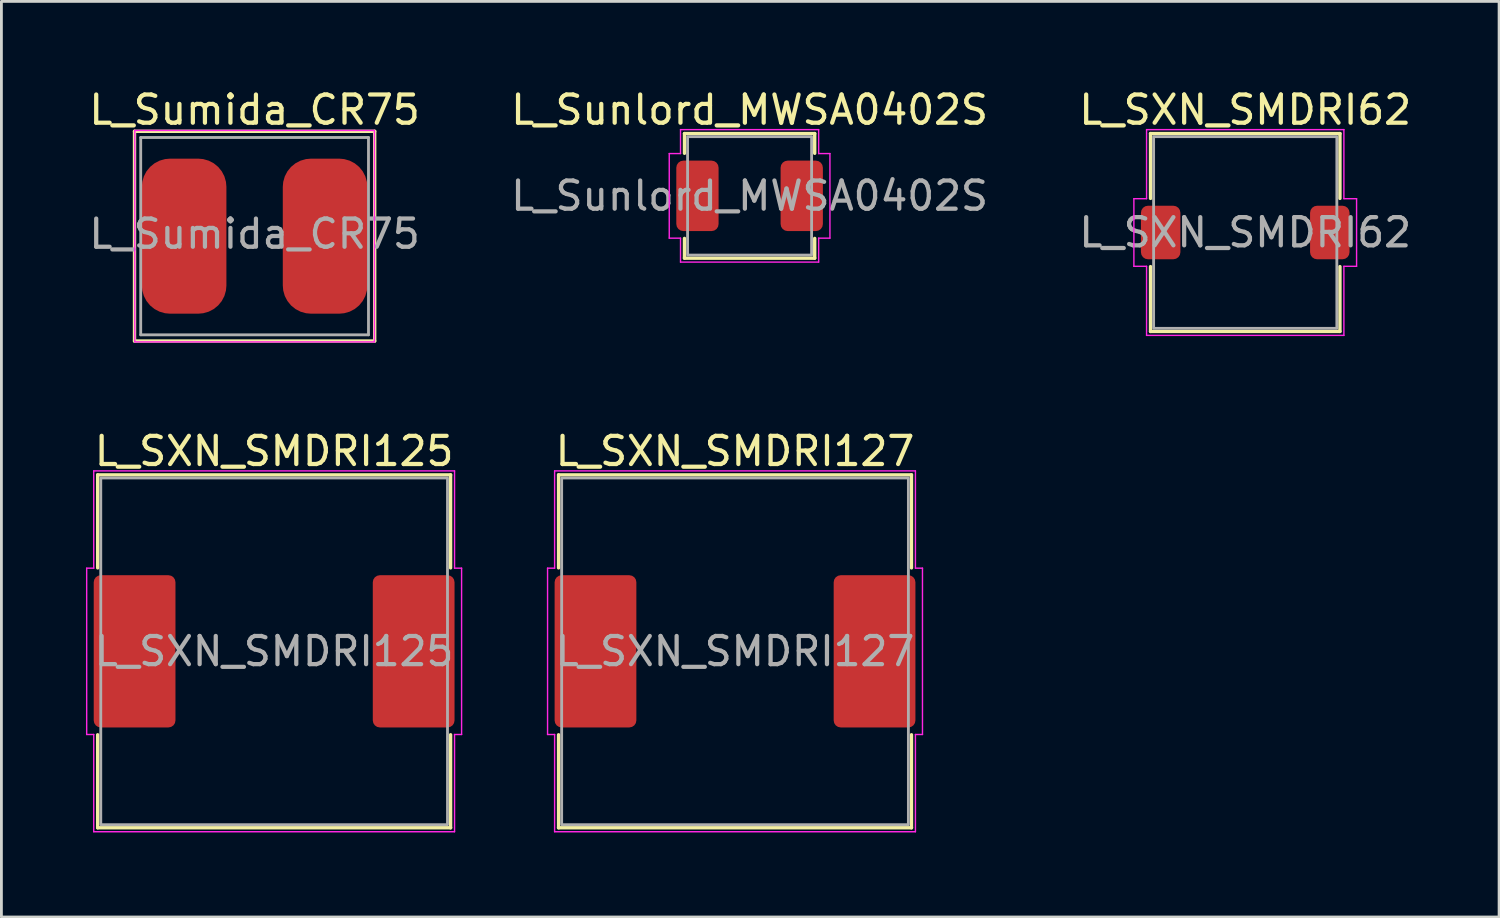
<source format=kicad_pcb>
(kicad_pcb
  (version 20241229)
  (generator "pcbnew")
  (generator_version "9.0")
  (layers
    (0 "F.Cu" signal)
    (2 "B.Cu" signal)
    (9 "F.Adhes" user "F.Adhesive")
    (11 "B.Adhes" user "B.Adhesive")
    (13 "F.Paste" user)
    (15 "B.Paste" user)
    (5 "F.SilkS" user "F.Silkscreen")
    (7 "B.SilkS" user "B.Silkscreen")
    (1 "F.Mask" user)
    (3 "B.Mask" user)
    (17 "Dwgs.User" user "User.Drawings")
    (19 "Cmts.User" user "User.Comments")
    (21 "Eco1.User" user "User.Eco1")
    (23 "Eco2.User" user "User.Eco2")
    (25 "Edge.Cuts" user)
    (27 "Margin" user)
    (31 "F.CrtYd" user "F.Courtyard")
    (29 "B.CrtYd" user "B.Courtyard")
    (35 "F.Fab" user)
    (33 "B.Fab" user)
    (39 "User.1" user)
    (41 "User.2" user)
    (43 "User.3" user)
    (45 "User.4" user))
  (footprint "L_Sumida_CR75"
    (layer "F.Cu")
    (at 5.982 5.328)
    (property "Reference" "L_Sumida_CR75" (at 0 -4.48 180) (layer "F.SilkS") (effects (font (size 1 1) (thickness 0.15))))
    (attr smd)
    (fp_line (start -4.26 -3.72) (end 4.26 -3.72) (stroke (width 0.12) (type solid)) (layer "F.SilkS"))
    (fp_line (start -4.26 3.72) (end -4.26 -3.72) (stroke (width 0.12) (type solid)) (layer "F.SilkS"))
    (fp_line (start 4.26 -3.72) (end 4.26 3.72) (stroke (width 0.12) (type solid)) (layer "F.SilkS"))
    (fp_line (start 4.26 3.72) (end -4.26 3.72) (stroke (width 0.12) (type solid)) (layer "F.SilkS"))
    (fp_line (start -4.25 -3.75) (end -4.25 3.75) (stroke (width 0.05) (type solid)) (layer "F.CrtYd"))
    (fp_line (start -4.25 3.75) (end 4.25 3.75) (stroke (width 0.05) (type solid)) (layer "F.CrtYd"))
    (fp_line (start 4.25 -3.75) (end -4.25 -3.75) (stroke (width 0.05) (type solid)) (layer "F.CrtYd"))
    (fp_line (start 4.25 3.75) (end 4.25 -3.75) (stroke (width 0.05) (type solid)) (layer "F.CrtYd"))
    (fp_line (start -4.04 -3.5) (end -4.04 3.5) (stroke (width 0.1) (type solid)) (layer "F.Fab"))
    (fp_line (start -4.04 3.5) (end 4.04 3.5) (stroke (width 0.1) (type solid)) (layer "F.Fab"))
    (fp_line (start 4.04 -3.5) (end -4.04 -3.5) (stroke (width 0.1) (type solid)) (layer "F.Fab"))
    (fp_line (start 4.04 3.5) (end 4.04 -3.5) (stroke (width 0.1) (type solid)) (layer "F.Fab"))
    (fp_text user "${REFERENCE}" (at 0 -0.08 0) (layer "F.Fab") (effects (font (size 1 1) (thickness 0.15))))
    (pad "1" smd roundrect (at -2.5 0) (size 3 5.5) (layers "F.Cu" "F.Mask" "F.Paste") (roundrect_rratio 0.333))
    (pad "2" smd roundrect (at 2.5 0) (size 3 5.5) (layers "F.Cu" "F.Mask" "F.Paste") (roundrect_rratio 0.333)))
  (footprint "L_SXN_SMDRI127"
    (layer "F.Cu")
    (at 23.025 20.056)
    (property "Reference" "L_SXN_SMDRI127" (at 0 -7.1 0) (layer "F.SilkS") (effects (font (size 1 1) (thickness 0.15))))
    (attr smd)
    (fp_line (start -6.26 -6.26) (end 6.26 -6.26) (stroke (width 0.12) (type solid)) (layer "F.SilkS"))
    (fp_line (start -6.26 -2.96) (end -6.26 -6.26) (stroke (width 0.12) (type solid)) (layer "F.SilkS"))
    (fp_line (start -6.26 6.26) (end -6.26 2.96) (stroke (width 0.12) (type solid)) (layer "F.SilkS"))
    (fp_line (start 6.26 -6.26) (end 6.26 -2.96) (stroke (width 0.12) (type solid)) (layer "F.SilkS"))
    (fp_line (start 6.26 2.96) (end 6.26 6.26) (stroke (width 0.12) (type solid)) (layer "F.SilkS"))
    (fp_line (start 6.26 6.26) (end -6.26 6.26) (stroke (width 0.12) (type solid)) (layer "F.SilkS"))
    (fp_line (start -6.65 -2.95) (end -6.4 -2.95) (stroke (width 0.05) (type solid)) (layer "F.CrtYd"))
    (fp_line (start -6.65 2.95) (end -6.65 -2.95) (stroke (width 0.05) (type solid)) (layer "F.CrtYd"))
    (fp_line (start -6.4 -6.4) (end 6.4 -6.4) (stroke (width 0.05) (type solid)) (layer "F.CrtYd"))
    (fp_line (start -6.4 -2.95) (end -6.4 -6.4) (stroke (width 0.05) (type solid)) (layer "F.CrtYd"))
    (fp_line (start -6.4 2.95) (end -6.65 2.95) (stroke (width 0.05) (type solid)) (layer "F.CrtYd"))
    (fp_line (start -6.4 6.4) (end -6.4 2.95) (stroke (width 0.05) (type solid)) (layer "F.CrtYd"))
    (fp_line (start 6.4 -6.4) (end 6.4 -2.95) (stroke (width 0.05) (type solid)) (layer "F.CrtYd"))
    (fp_line (start 6.4 -2.95) (end 6.65 -2.95) (stroke (width 0.05) (type solid)) (layer "F.CrtYd"))
    (fp_line (start 6.4 2.95) (end 6.4 6.4) (stroke (width 0.05) (type solid)) (layer "F.CrtYd"))
    (fp_line (start 6.4 6.4) (end -6.4 6.4) (stroke (width 0.05) (type solid)) (layer "F.CrtYd"))
    (fp_line (start 6.65 -2.95) (end 6.65 2.95) (stroke (width 0.05) (type solid)) (layer "F.CrtYd"))
    (fp_line (start 6.65 2.95) (end 6.4 2.95) (stroke (width 0.05) (type solid)) (layer "F.CrtYd"))
    (fp_rect (start -6.15 -6.15) (end 6.15 6.15) (stroke (width 0.1) (type solid)) (fill no) (layer "F.Fab"))
    (fp_text user "${REFERENCE}" (at 0 0 0) (layer "F.Fab") (effects (font (size 1 1) (thickness 0.15))))
    (pad "1" smd roundrect (at -4.95 0) (size 2.9 5.4) (layers "F.Cu" "F.Mask" "F.Paste") (roundrect_rratio 0.086))
    (pad "2" smd roundrect (at 4.95 0) (size 2.9 5.4) (layers "F.Cu" "F.Mask" "F.Paste") (roundrect_rratio 0.086)))
  (footprint "L_Sunlord_MWSA0402S"
    (layer "F.Cu")
    (at 23.542 3.898)
    (property "Reference" "L_Sunlord_MWSA0402S" (at 0 -3.05 0) (layer "F.SilkS") (effects (font (size 1 1) (thickness 0.15))))
    (attr smd)
    (fp_line (start -2.31 -2.21) (end 2.31 -2.21) (stroke (width 0.12) (type solid)) (layer "F.SilkS"))
    (fp_line (start -2.31 -1.51) (end -2.31 -2.21) (stroke (width 0.12) (type solid)) (layer "F.SilkS"))
    (fp_line (start -2.31 2.21) (end -2.31 1.51) (stroke (width 0.12) (type solid)) (layer "F.SilkS"))
    (fp_line (start 2.31 -2.21) (end 2.31 -1.51) (stroke (width 0.12) (type solid)) (layer "F.SilkS"))
    (fp_line (start 2.31 1.51) (end 2.31 2.21) (stroke (width 0.12) (type solid)) (layer "F.SilkS"))
    (fp_line (start 2.31 2.21) (end -2.31 2.21) (stroke (width 0.12) (type solid)) (layer "F.SilkS"))
    (fp_line (start -2.85 -1.5) (end -2.45 -1.5) (stroke (width 0.05) (type solid)) (layer "F.CrtYd"))
    (fp_line (start -2.85 1.5) (end -2.85 -1.5) (stroke (width 0.05) (type solid)) (layer "F.CrtYd"))
    (fp_line (start -2.45 -2.35) (end 2.45 -2.35) (stroke (width 0.05) (type solid)) (layer "F.CrtYd"))
    (fp_line (start -2.45 -1.5) (end -2.45 -2.35) (stroke (width 0.05) (type solid)) (layer "F.CrtYd"))
    (fp_line (start -2.45 1.5) (end -2.85 1.5) (stroke (width 0.05) (type solid)) (layer "F.CrtYd"))
    (fp_line (start -2.45 2.35) (end -2.45 1.5) (stroke (width 0.05) (type solid)) (layer "F.CrtYd"))
    (fp_line (start 2.45 -2.35) (end 2.45 -1.5) (stroke (width 0.05) (type solid)) (layer "F.CrtYd"))
    (fp_line (start 2.45 -1.5) (end 2.85 -1.5) (stroke (width 0.05) (type solid)) (layer "F.CrtYd"))
    (fp_line (start 2.45 1.5) (end 2.45 2.35) (stroke (width 0.05) (type solid)) (layer "F.CrtYd"))
    (fp_line (start 2.45 2.35) (end -2.45 2.35) (stroke (width 0.05) (type solid)) (layer "F.CrtYd"))
    (fp_line (start 2.85 -1.5) (end 2.85 1.5) (stroke (width 0.05) (type solid)) (layer "F.CrtYd"))
    (fp_line (start 2.85 1.5) (end 2.45 1.5) (stroke (width 0.05) (type solid)) (layer "F.CrtYd"))
    (fp_rect (start -2.2 -2.1) (end 2.2 2.1) (stroke (width 0.1) (type solid)) (fill no) (layer "F.Fab"))
    (fp_text user "${REFERENCE}" (at 0 0 0) (layer "F.Fab") (effects (font (size 1 1) (thickness 0.15))))
    (pad "1" smd roundrect (at -1.85 0) (size 1.5 2.5) (layers "F.Cu" "F.Mask" "F.Paste") (roundrect_rratio 0.167))
    (pad "2" smd roundrect (at 1.85 0) (size 1.5 2.5) (layers "F.Cu" "F.Mask" "F.Paste") (roundrect_rratio 0.167)))
  (footprint "L_SXN_SMDRI125"
    (layer "F.Cu")
    (at 6.675 20.056)
    (property "Reference" "L_SXN_SMDRI125" (at 0 -7.1 0) (layer "F.SilkS") (effects (font (size 1 1) (thickness 0.15))))
    (attr smd)
    (fp_line (start -6.26 -6.26) (end 6.26 -6.26) (stroke (width 0.12) (type solid)) (layer "F.SilkS"))
    (fp_line (start -6.26 -2.96) (end -6.26 -6.26) (stroke (width 0.12) (type solid)) (layer "F.SilkS"))
    (fp_line (start -6.26 6.26) (end -6.26 2.96) (stroke (width 0.12) (type solid)) (layer "F.SilkS"))
    (fp_line (start 6.26 -6.26) (end 6.26 -2.96) (stroke (width 0.12) (type solid)) (layer "F.SilkS"))
    (fp_line (start 6.26 2.96) (end 6.26 6.26) (stroke (width 0.12) (type solid)) (layer "F.SilkS"))
    (fp_line (start 6.26 6.26) (end -6.26 6.26) (stroke (width 0.12) (type solid)) (layer "F.SilkS"))
    (fp_line (start -6.65 -2.95) (end -6.4 -2.95) (stroke (width 0.05) (type solid)) (layer "F.CrtYd"))
    (fp_line (start -6.65 2.95) (end -6.65 -2.95) (stroke (width 0.05) (type solid)) (layer "F.CrtYd"))
    (fp_line (start -6.4 -6.4) (end 6.4 -6.4) (stroke (width 0.05) (type solid)) (layer "F.CrtYd"))
    (fp_line (start -6.4 -2.95) (end -6.4 -6.4) (stroke (width 0.05) (type solid)) (layer "F.CrtYd"))
    (fp_line (start -6.4 2.95) (end -6.65 2.95) (stroke (width 0.05) (type solid)) (layer "F.CrtYd"))
    (fp_line (start -6.4 6.4) (end -6.4 2.95) (stroke (width 0.05) (type solid)) (layer "F.CrtYd"))
    (fp_line (start 6.4 -6.4) (end 6.4 -2.95) (stroke (width 0.05) (type solid)) (layer "F.CrtYd"))
    (fp_line (start 6.4 -2.95) (end 6.65 -2.95) (stroke (width 0.05) (type solid)) (layer "F.CrtYd"))
    (fp_line (start 6.4 2.95) (end 6.4 6.4) (stroke (width 0.05) (type solid)) (layer "F.CrtYd"))
    (fp_line (start 6.4 6.4) (end -6.4 6.4) (stroke (width 0.05) (type solid)) (layer "F.CrtYd"))
    (fp_line (start 6.65 -2.95) (end 6.65 2.95) (stroke (width 0.05) (type solid)) (layer "F.CrtYd"))
    (fp_line (start 6.65 2.95) (end 6.4 2.95) (stroke (width 0.05) (type solid)) (layer "F.CrtYd"))
    (fp_rect (start -6.15 -6.15) (end 6.15 6.15) (stroke (width 0.1) (type solid)) (fill no) (layer "F.Fab"))
    (fp_text user "${REFERENCE}" (at 0 0 0) (layer "F.Fab") (effects (font (size 1 1) (thickness 0.15))))
    (pad "1" smd roundrect (at -4.95 0) (size 2.9 5.4) (layers "F.Cu" "F.Mask" "F.Paste") (roundrect_rratio 0.086))
    (pad "2" smd roundrect (at 4.95 0) (size 2.9 5.4) (layers "F.Cu" "F.Mask" "F.Paste") (roundrect_rratio 0.086)))
  (footprint "L_SXN_SMDRI62"
    (layer "F.Cu")
    (at 41.125 5.198)
    (property "Reference" "L_SXN_SMDRI62" (at 0 -4.35 0) (layer "F.SilkS") (effects (font (size 1 1) (thickness 0.15))))
    (attr smd)
    (fp_line (start -3.36 -3.51) (end 3.36 -3.51) (stroke (width 0.12) (type solid)) (layer "F.SilkS"))
    (fp_line (start -3.36 -1.21) (end -3.36 -3.51) (stroke (width 0.12) (type solid)) (layer "F.SilkS"))
    (fp_line (start -3.36 3.51) (end -3.36 1.21) (stroke (width 0.12) (type solid)) (layer "F.SilkS"))
    (fp_line (start 3.36 -3.51) (end 3.36 -1.21) (stroke (width 0.12) (type solid)) (layer "F.SilkS"))
    (fp_line (start 3.36 1.21) (end 3.36 3.51) (stroke (width 0.12) (type solid)) (layer "F.SilkS"))
    (fp_line (start 3.36 3.51) (end -3.36 3.51) (stroke (width 0.12) (type solid)) (layer "F.SilkS"))
    (fp_line (start -3.95 -1.2) (end -3.5 -1.2) (stroke (width 0.05) (type solid)) (layer "F.CrtYd"))
    (fp_line (start -3.95 1.2) (end -3.95 -1.2) (stroke (width 0.05) (type solid)) (layer "F.CrtYd"))
    (fp_line (start -3.5 -3.65) (end 3.5 -3.65) (stroke (width 0.05) (type solid)) (layer "F.CrtYd"))
    (fp_line (start -3.5 -1.2) (end -3.5 -3.65) (stroke (width 0.05) (type solid)) (layer "F.CrtYd"))
    (fp_line (start -3.5 1.2) (end -3.95 1.2) (stroke (width 0.05) (type solid)) (layer "F.CrtYd"))
    (fp_line (start -3.5 3.65) (end -3.5 1.2) (stroke (width 0.05) (type solid)) (layer "F.CrtYd"))
    (fp_line (start 3.5 -3.65) (end 3.5 -1.2) (stroke (width 0.05) (type solid)) (layer "F.CrtYd"))
    (fp_line (start 3.5 -1.2) (end 3.95 -1.2) (stroke (width 0.05) (type solid)) (layer "F.CrtYd"))
    (fp_line (start 3.5 1.2) (end 3.5 3.65) (stroke (width 0.05) (type solid)) (layer "F.CrtYd"))
    (fp_line (start 3.5 3.65) (end -3.5 3.65) (stroke (width 0.05) (type solid)) (layer "F.CrtYd"))
    (fp_line (start 3.95 -1.2) (end 3.95 1.2) (stroke (width 0.05) (type solid)) (layer "F.CrtYd"))
    (fp_line (start 3.95 1.2) (end 3.5 1.2) (stroke (width 0.05) (type solid)) (layer "F.CrtYd"))
    (fp_rect (start -3.25 -3.4) (end 3.25 3.4) (stroke (width 0.1) (type solid)) (fill no) (layer "F.Fab"))
    (fp_text user "${REFERENCE}" (at 0 0 0) (layer "F.Fab") (effects (font (size 1 1) (thickness 0.15))))
    (pad "1" smd roundrect (at -3 0) (size 1.4 1.9) (layers "F.Cu" "F.Mask" "F.Paste") (roundrect_rratio 0.179))
    (pad "2" smd roundrect (at 3 0) (size 1.4 1.9) (layers "F.Cu" "F.Mask" "F.Paste") (roundrect_rratio 0.179)))
  (gr_rect
    (start -3 -3)
    (end 50.131 29.482)
    (stroke (width 0.1) (type default))
    (fill no)
    (layer "Edge.Cuts")))
</source>
